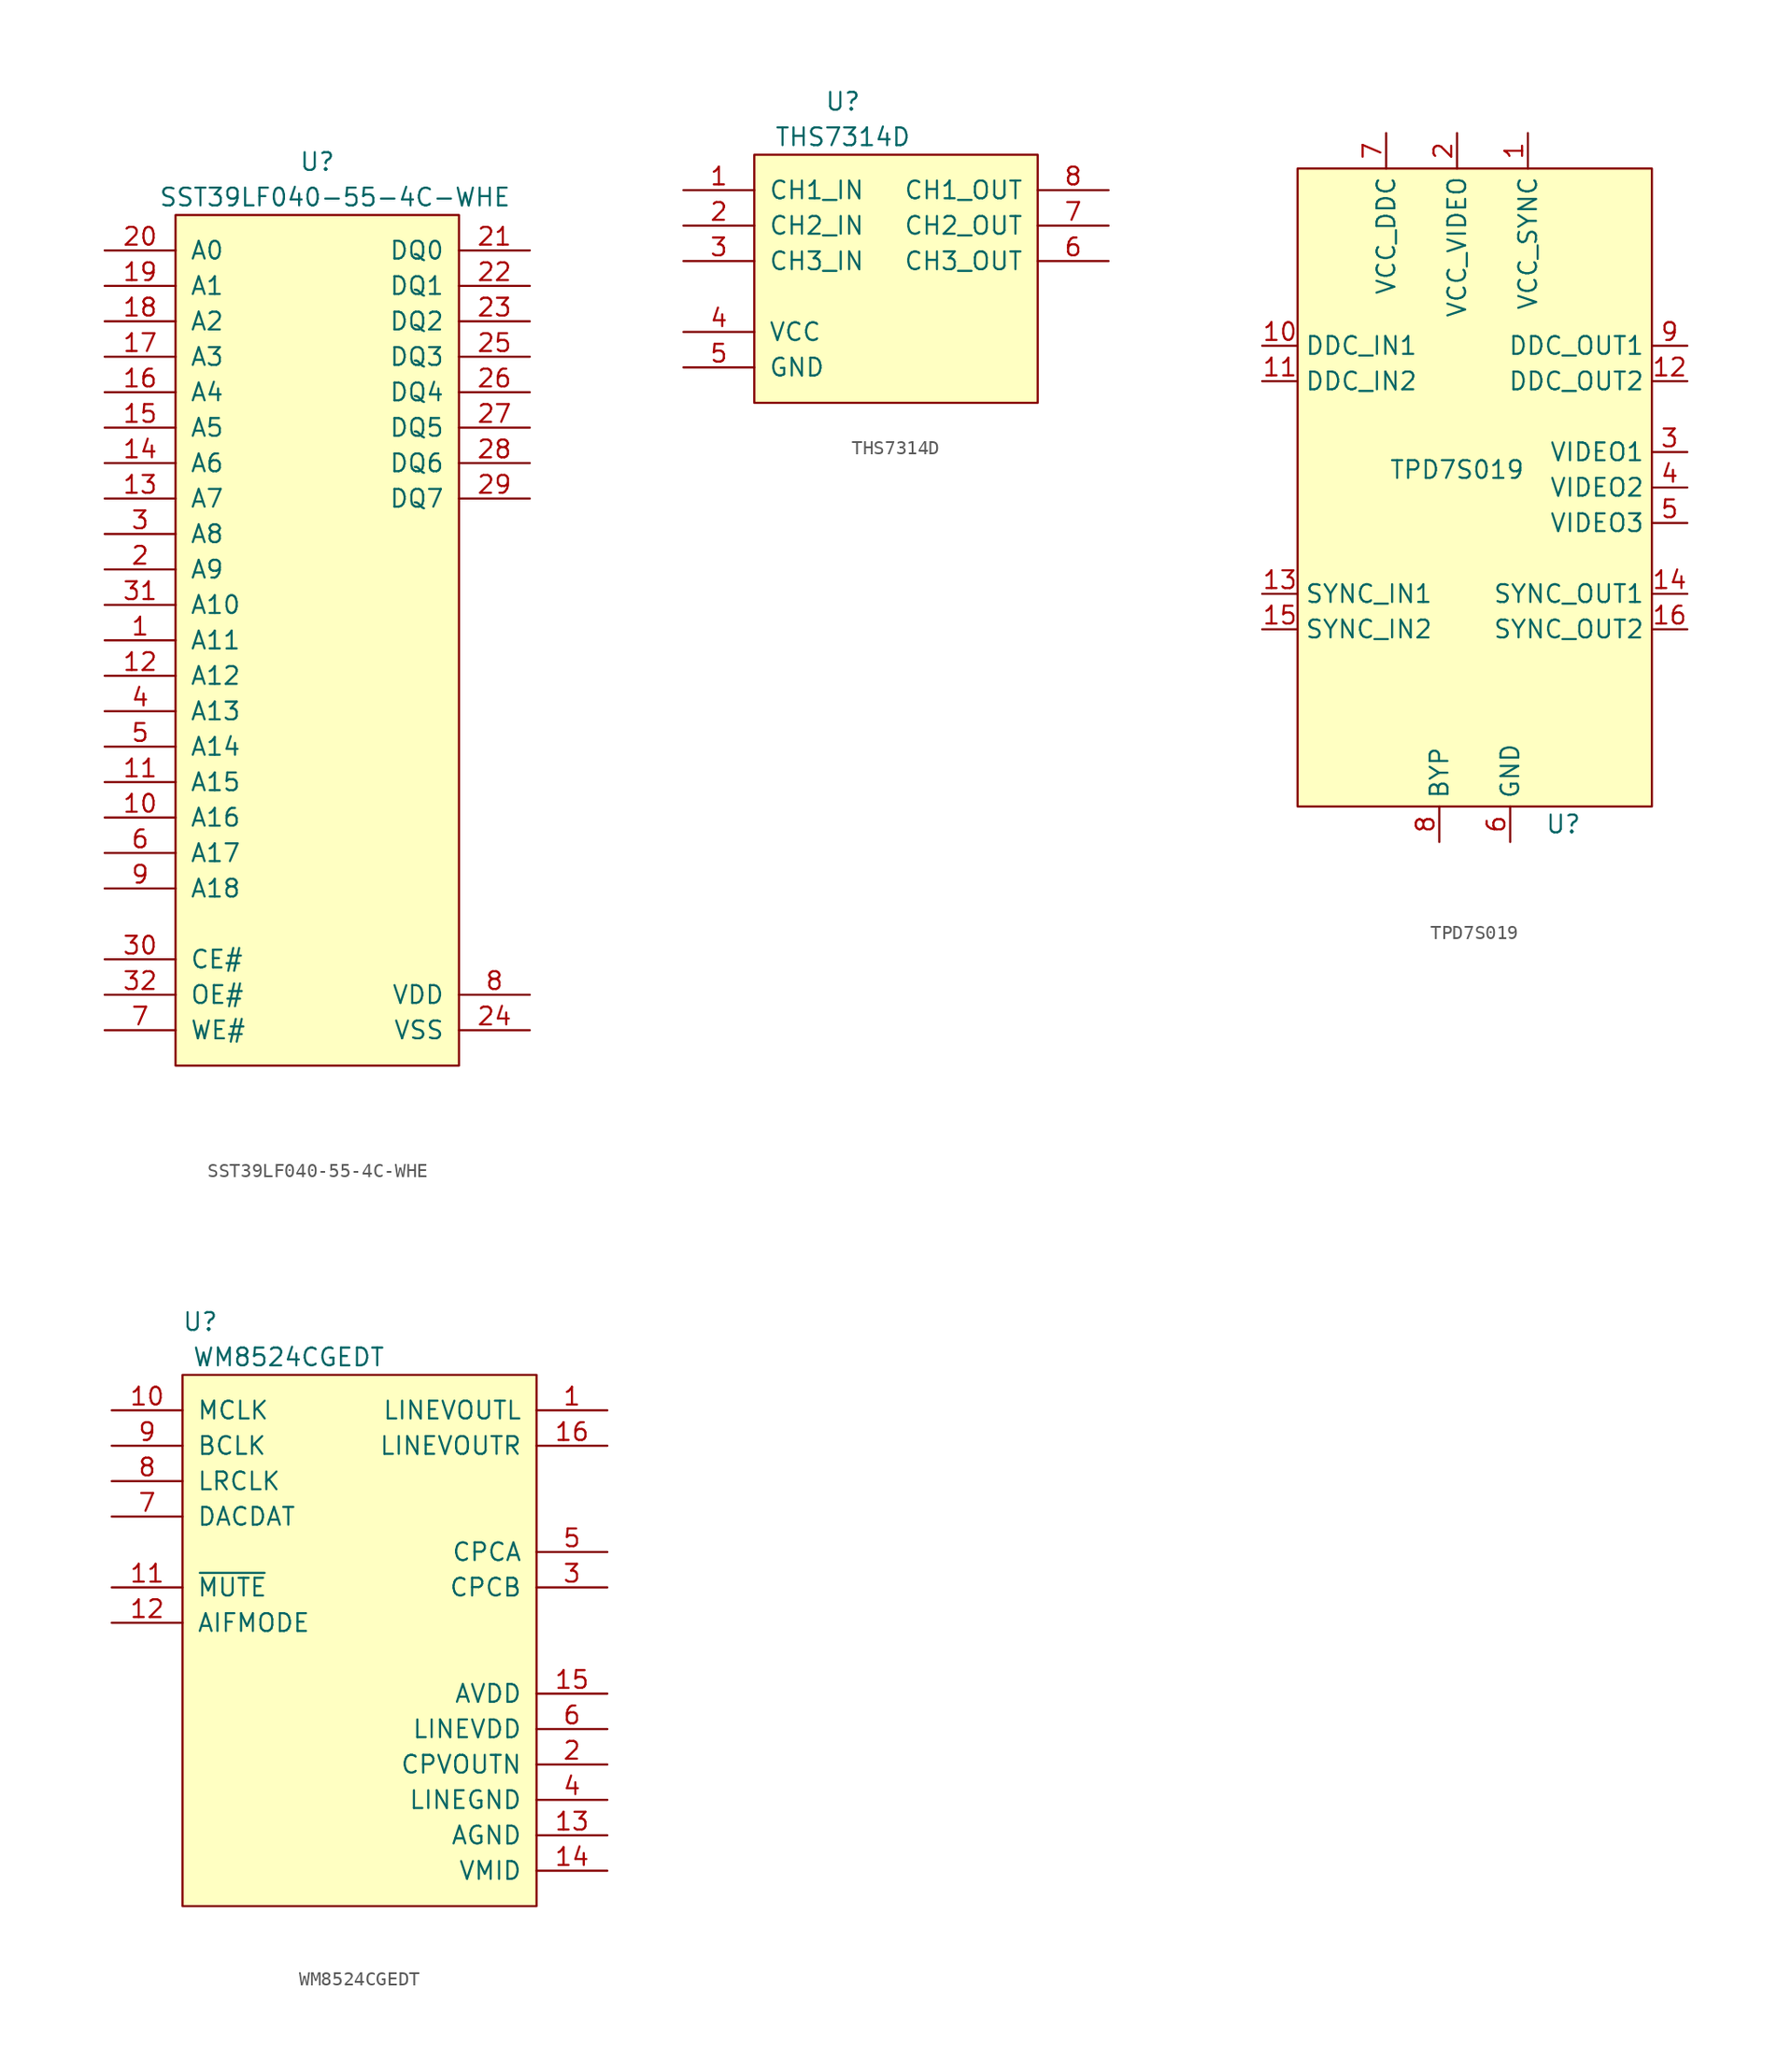
<source format=kicad_sym>
(kicad_symbol_lib
  (version 20220914)
  (generator kicad_symbol_editor)
  (symbol "SST39LF040-55-4C-WHE"
    (pin_names
      (offset 1.016))
    (property "Reference" "U"
      (at 10.16 3.81 0)
      (effects (font (size 1.27 1.27))))
    (property "Value" "SST39LF040-55-4C-WHE"
      (at 11.43 1.27 0)
      (effects (font (size 1.27 1.27))))
    (symbol "SST39LF040-55-4C-WHE_0_1"
      (rectangle (start 0 0) (end 20.32 -60.96) (stroke (width 0) (type solid)) (fill (type background))))
    (symbol "SST39LF040-55-4C-WHE_1_1"
      (pin input line (at -5.08 -30.48 0) (length 5.08) (name "A11" (effects (font (size 1.27 1.27)))) (number "1" (effects (font (size 1.27 1.27)))))
      (pin input line (at -5.08 -43.18 0) (length 5.08) (name "A16" (effects (font (size 1.27 1.27)))) (number "10" (effects (font (size 1.27 1.27)))))
      (pin input line (at -5.08 -40.64 0) (length 5.08) (name "A15" (effects (font (size 1.27 1.27)))) (number "11" (effects (font (size 1.27 1.27)))))
      (pin input line (at -5.08 -33.02 0) (length 5.08) (name "A12" (effects (font (size 1.27 1.27)))) (number "12" (effects (font (size 1.27 1.27)))))
      (pin input line (at -5.08 -20.32 0) (length 5.08) (name "A7" (effects (font (size 1.27 1.27)))) (number "13" (effects (font (size 1.27 1.27)))))
      (pin input line (at -5.08 -17.78 0) (length 5.08) (name "A6" (effects (font (size 1.27 1.27)))) (number "14" (effects (font (size 1.27 1.27)))))
      (pin input line (at -5.08 -15.24 0) (length 5.08) (name "A5" (effects (font (size 1.27 1.27)))) (number "15" (effects (font (size 1.27 1.27)))))
      (pin input line (at -5.08 -12.7 0) (length 5.08) (name "A4" (effects (font (size 1.27 1.27)))) (number "16" (effects (font (size 1.27 1.27)))))
      (pin input line (at -5.08 -10.16 0) (length 5.08) (name "A3" (effects (font (size 1.27 1.27)))) (number "17" (effects (font (size 1.27 1.27)))))
      (pin input line (at -5.08 -7.62 0) (length 5.08) (name "A2" (effects (font (size 1.27 1.27)))) (number "18" (effects (font (size 1.27 1.27)))))
      (pin input line (at -5.08 -5.08 0) (length 5.08) (name "A1" (effects (font (size 1.27 1.27)))) (number "19" (effects (font (size 1.27 1.27)))))
      (pin input line (at -5.08 -25.4 0) (length 5.08) (name "A9" (effects (font (size 1.27 1.27)))) (number "2" (effects (font (size 1.27 1.27)))))
      (pin input line (at -5.08 -2.54 0) (length 5.08) (name "A0" (effects (font (size 1.27 1.27)))) (number "20" (effects (font (size 1.27 1.27)))))
      (pin bidirectional line (at 25.4 -2.54 180) (length 5.08) (name "DQ0" (effects (font (size 1.27 1.27)))) (number "21" (effects (font (size 1.27 1.27)))))
      (pin bidirectional line (at 25.4 -5.08 180) (length 5.08) (name "DQ1" (effects (font (size 1.27 1.27)))) (number "22" (effects (font (size 1.27 1.27)))))
      (pin bidirectional line (at 25.4 -7.62 180) (length 5.08) (name "DQ2" (effects (font (size 1.27 1.27)))) (number "23" (effects (font (size 1.27 1.27)))))
      (pin power_in line (at 25.4 -58.42 180) (length 5.08) (name "VSS" (effects (font (size 1.27 1.27)))) (number "24" (effects (font (size 1.27 1.27)))))
      (pin bidirectional line (at 25.4 -10.16 180) (length 5.08) (name "DQ3" (effects (font (size 1.27 1.27)))) (number "25" (effects (font (size 1.27 1.27)))))
      (pin bidirectional line (at 25.4 -12.7 180) (length 5.08) (name "DQ4" (effects (font (size 1.27 1.27)))) (number "26" (effects (font (size 1.27 1.27)))))
      (pin bidirectional line (at 25.4 -15.24 180) (length 5.08) (name "DQ5" (effects (font (size 1.27 1.27)))) (number "27" (effects (font (size 1.27 1.27)))))
      (pin bidirectional line (at 25.4 -17.78 180) (length 5.08) (name "DQ6" (effects (font (size 1.27 1.27)))) (number "28" (effects (font (size 1.27 1.27)))))
      (pin bidirectional line (at 25.4 -20.32 180) (length 5.08) (name "DQ7" (effects (font (size 1.27 1.27)))) (number "29" (effects (font (size 1.27 1.27)))))
      (pin input line (at -5.08 -22.86 0) (length 5.08) (name "A8" (effects (font (size 1.27 1.27)))) (number "3" (effects (font (size 1.27 1.27)))))
      (pin input line (at -5.08 -53.34 0) (length 5.08) (name "CE#" (effects (font (size 1.27 1.27)))) (number "30" (effects (font (size 1.27 1.27)))))
      (pin input line (at -5.08 -27.94 0) (length 5.08) (name "A10" (effects (font (size 1.27 1.27)))) (number "31" (effects (font (size 1.27 1.27)))))
      (pin input line (at -5.08 -55.88 0) (length 5.08) (name "OE#" (effects (font (size 1.27 1.27)))) (number "32" (effects (font (size 1.27 1.27)))))
      (pin input line (at -5.08 -35.56 0) (length 5.08) (name "A13" (effects (font (size 1.27 1.27)))) (number "4" (effects (font (size 1.27 1.27)))))
      (pin input line (at -5.08 -38.1 0) (length 5.08) (name "A14" (effects (font (size 1.27 1.27)))) (number "5" (effects (font (size 1.27 1.27)))))
      (pin input line (at -5.08 -45.72 0) (length 5.08) (name "A17" (effects (font (size 1.27 1.27)))) (number "6" (effects (font (size 1.27 1.27)))))
      (pin input line (at -5.08 -58.42 0) (length 5.08) (name "WE#" (effects (font (size 1.27 1.27)))) (number "7" (effects (font (size 1.27 1.27)))))
      (pin power_in line (at 25.4 -55.88 180) (length 5.08) (name "VDD" (effects (font (size 1.27 1.27)))) (number "8" (effects (font (size 1.27 1.27)))))
      (pin input line (at -5.08 -48.26 0) (length 5.08) (name "A18" (effects (font (size 1.27 1.27)))) (number "9" (effects (font (size 1.27 1.27)))))))
  (symbol "THS7314D"
    (pin_names
      (offset 1.016))
    (property "Reference" "U"
      (at 6.35 3.81 0)
      (effects (font (size 1.27 1.27))))
    (property "Value" "THS7314D"
      (at 6.35 1.27 0)
      (effects (font (size 1.27 1.27))))
    (symbol "THS7314D_0_1"
      (rectangle (start 0 0) (end 20.32 -17.78) (stroke (width 0) (type solid)) (fill (type background))))
    (symbol "THS7314D_1_1"
      (pin input line (at -5.08 -2.54 0) (length 5.08) (name "CH1_IN" (effects (font (size 1.27 1.27)))) (number "1" (effects (font (size 1.27 1.27)))))
      (pin input line (at -5.08 -5.08 0) (length 5.08) (name "CH2_IN" (effects (font (size 1.27 1.27)))) (number "2" (effects (font (size 1.27 1.27)))))
      (pin input line (at -5.08 -7.62 0) (length 5.08) (name "CH3_IN" (effects (font (size 1.27 1.27)))) (number "3" (effects (font (size 1.27 1.27)))))
      (pin power_in line (at -5.08 -12.7 0) (length 5.08) (name "VCC" (effects (font (size 1.27 1.27)))) (number "4" (effects (font (size 1.27 1.27)))))
      (pin power_in line (at -5.08 -15.24 0) (length 5.08) (name "GND" (effects (font (size 1.27 1.27)))) (number "5" (effects (font (size 1.27 1.27)))))
      (pin output line (at 25.4 -7.62 180) (length 5.08) (name "CH3_OUT" (effects (font (size 1.27 1.27)))) (number "6" (effects (font (size 1.27 1.27)))))
      (pin output line (at 25.4 -5.08 180) (length 5.08) (name "CH2_OUT" (effects (font (size 1.27 1.27)))) (number "7" (effects (font (size 1.27 1.27)))))
      (pin output line (at 25.4 -2.54 180) (length 5.08) (name "CH1_OUT" (effects (font (size 1.27 1.27)))) (number "8" (effects (font (size 1.27 1.27)))))))
  (symbol "TPD7S019"
    (property "Reference" "U"
      (at 7.62 -25.4 0)
      (effects (font (size 1.27 1.27))))
    (property "Value" "TPD7S019"
      (at 0 0 0)
      (effects (font (size 1.27 1.27))))
    (symbol "TPD7S019_1_1"
      (rectangle (start -11.43 21.59) (end 13.97 -24.13) (stroke (width 0) (type default)) (fill (type background)))
      (pin power_in line (at 5.08 24.13 270) (length 2.54) (name "VCC_SYNC" (effects (font (size 1.27 1.27)))) (number "1" (effects (font (size 1.27 1.27)))))
      (pin input line (at -13.97 8.89 0) (length 2.54) (name "DDC_IN1" (effects (font (size 1.27 1.27)))) (number "10" (effects (font (size 1.27 1.27)))))
      (pin input line (at -13.97 6.35 0) (length 2.54) (name "DDC_IN2" (effects (font (size 1.27 1.27)))) (number "11" (effects (font (size 1.27 1.27)))))
      (pin output line (at 16.51 6.35 180) (length 2.54) (name "DDC_OUT2" (effects (font (size 1.27 1.27)))) (number "12" (effects (font (size 1.27 1.27)))))
      (pin input line (at -13.97 -8.89 0) (length 2.54) (name "SYNC_IN1" (effects (font (size 1.27 1.27)))) (number "13" (effects (font (size 1.27 1.27)))))
      (pin output line (at 16.51 -8.89 180) (length 2.54) (name "SYNC_OUT1" (effects (font (size 1.27 1.27)))) (number "14" (effects (font (size 1.27 1.27)))))
      (pin input line (at -13.97 -11.43 0) (length 2.54) (name "SYNC_IN2" (effects (font (size 1.27 1.27)))) (number "15" (effects (font (size 1.27 1.27)))))
      (pin output line (at 16.51 -11.43 180) (length 2.54) (name "SYNC_OUT2" (effects (font (size 1.27 1.27)))) (number "16" (effects (font (size 1.27 1.27)))))
      (pin power_in line (at 0 24.13 270) (length 2.54) (name "VCC_VIDEO" (effects (font (size 1.27 1.27)))) (number "2" (effects (font (size 1.27 1.27)))))
      (pin input line (at 16.51 1.27 180) (length 2.54) (name "VIDEO1" (effects (font (size 1.27 1.27)))) (number "3" (effects (font (size 1.27 1.27)))))
      (pin input line (at 16.51 -1.27 180) (length 2.54) (name "VIDEO2" (effects (font (size 1.27 1.27)))) (number "4" (effects (font (size 1.27 1.27)))))
      (pin input line (at 16.51 -3.81 180) (length 2.54) (name "VIDEO3" (effects (font (size 1.27 1.27)))) (number "5" (effects (font (size 1.27 1.27)))))
      (pin power_in line (at 3.81 -26.67 90) (length 2.54) (name "GND" (effects (font (size 1.27 1.27)))) (number "6" (effects (font (size 1.27 1.27)))))
      (pin power_in line (at -5.08 24.13 270) (length 2.54) (name "VCC_DDC" (effects (font (size 1.27 1.27)))) (number "7" (effects (font (size 1.27 1.27)))))
      (pin output line (at -1.27 -26.67 90) (length 2.54) (name "BYP" (effects (font (size 1.27 1.27)))) (number "8" (effects (font (size 1.27 1.27)))))
      (pin output line (at 16.51 8.89 180) (length 2.54) (name "DDC_OUT1" (effects (font (size 1.27 1.27)))) (number "9" (effects (font (size 1.27 1.27)))))))
  (symbol "WM8524CGEDT"
    (pin_names
      (offset 1.016))
    (property "Reference" "U"
      (at 1.27 3.81 0)
      (effects (font (size 1.27 1.27))))
    (property "Value" "WM8524CGEDT"
      (at 7.62 1.27 0)
      (effects (font (size 1.27 1.27))))
    (symbol "WM8524CGEDT_0_1"
      (rectangle (start 0 0) (end 25.4 -38.1) (stroke (width 0) (type solid)) (fill (type background))))
    (symbol "WM8524CGEDT_1_1"
      (pin output line (at 30.48 -2.54 180) (length 5.08) (name "LINEVOUTL" (effects (font (size 1.27 1.27)))) (number "1" (effects (font (size 1.27 1.27)))))
      (pin input line (at -5.08 -2.54 0) (length 5.08) (name "MCLK" (effects (font (size 1.27 1.27)))) (number "10" (effects (font (size 1.27 1.27)))))
      (pin input line (at -5.08 -15.24 0) (length 5.08) (name "~{MUTE}" (effects (font (size 1.27 1.27)))) (number "11" (effects (font (size 1.27 1.27)))))
      (pin input line (at -5.08 -17.78 0) (length 5.08) (name "AIFMODE" (effects (font (size 1.27 1.27)))) (number "12" (effects (font (size 1.27 1.27)))))
      (pin power_in line (at 30.48 -33.02 180) (length 5.08) (name "AGND" (effects (font (size 1.27 1.27)))) (number "13" (effects (font (size 1.27 1.27)))))
      (pin power_in line (at 30.48 -35.56 180) (length 5.08) (name "VMID" (effects (font (size 1.27 1.27)))) (number "14" (effects (font (size 1.27 1.27)))))
      (pin power_in line (at 30.48 -22.86 180) (length 5.08) (name "AVDD" (effects (font (size 1.27 1.27)))) (number "15" (effects (font (size 1.27 1.27)))))
      (pin output line (at 30.48 -5.08 180) (length 5.08) (name "LINEVOUTR" (effects (font (size 1.27 1.27)))) (number "16" (effects (font (size 1.27 1.27)))))
      (pin power_out line (at 30.48 -27.94 180) (length 5.08) (name "CPVOUTN" (effects (font (size 1.27 1.27)))) (number "2" (effects (font (size 1.27 1.27)))))
      (pin passive line (at 30.48 -15.24 180) (length 5.08) (name "CPCB" (effects (font (size 1.27 1.27)))) (number "3" (effects (font (size 1.27 1.27)))))
      (pin power_in line (at 30.48 -30.48 180) (length 5.08) (name "LINEGND" (effects (font (size 1.27 1.27)))) (number "4" (effects (font (size 1.27 1.27)))))
      (pin passive line (at 30.48 -12.7 180) (length 5.08) (name "CPCA" (effects (font (size 1.27 1.27)))) (number "5" (effects (font (size 1.27 1.27)))))
      (pin power_in line (at 30.48 -25.4 180) (length 5.08) (name "LINEVDD" (effects (font (size 1.27 1.27)))) (number "6" (effects (font (size 1.27 1.27)))))
      (pin input line (at -5.08 -10.16 0) (length 5.08) (name "DACDAT" (effects (font (size 1.27 1.27)))) (number "7" (effects (font (size 1.27 1.27)))))
      (pin input line (at -5.08 -7.62 0) (length 5.08) (name "LRCLK" (effects (font (size 1.27 1.27)))) (number "8" (effects (font (size 1.27 1.27)))))
      (pin input line (at -5.08 -5.08 0) (length 5.08) (name "BCLK" (effects (font (size 1.27 1.27)))) (number "9" (effects (font (size 1.27 1.27))))))))
</source>
